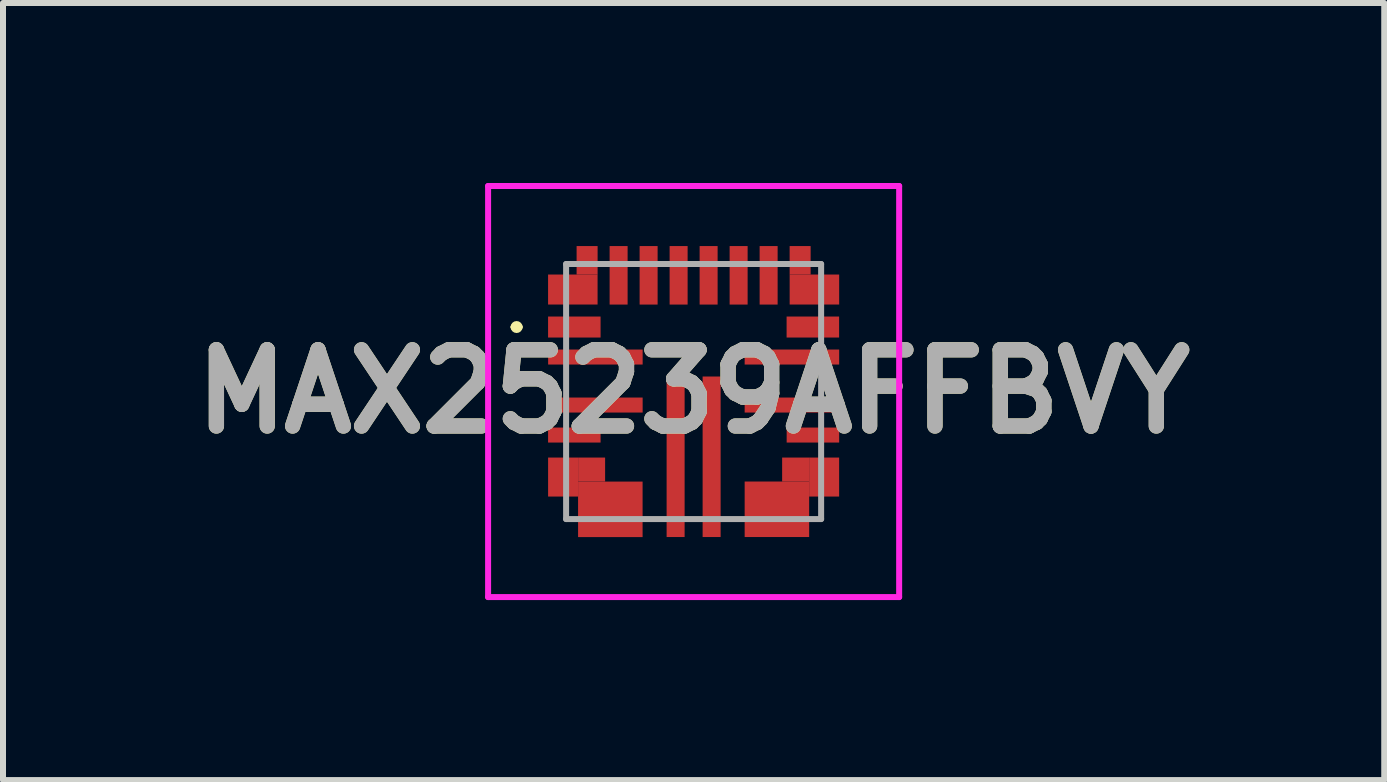
<source format=kicad_pcb>
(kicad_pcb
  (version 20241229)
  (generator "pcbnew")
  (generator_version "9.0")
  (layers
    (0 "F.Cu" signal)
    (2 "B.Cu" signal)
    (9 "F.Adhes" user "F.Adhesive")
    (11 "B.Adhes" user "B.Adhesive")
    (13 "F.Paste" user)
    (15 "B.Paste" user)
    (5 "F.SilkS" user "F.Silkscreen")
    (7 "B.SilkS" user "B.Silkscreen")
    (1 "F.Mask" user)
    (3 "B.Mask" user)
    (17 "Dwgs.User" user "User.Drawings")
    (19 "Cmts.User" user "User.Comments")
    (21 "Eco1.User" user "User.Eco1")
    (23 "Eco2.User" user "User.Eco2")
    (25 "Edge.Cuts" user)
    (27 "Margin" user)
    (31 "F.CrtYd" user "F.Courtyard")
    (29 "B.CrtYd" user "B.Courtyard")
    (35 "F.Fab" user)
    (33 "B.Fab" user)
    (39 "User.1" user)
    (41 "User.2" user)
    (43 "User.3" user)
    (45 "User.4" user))
  (footprint "MAX25239AFFBVY"
    (layer "F.Cu")
    (at 8.509 3.475)
    (property "Reference" "MAX25239AFFBVY" (at 0 0 0) (layer "F.SilkS") (effects (font (size 1.27 1.27) (thickness 0.254))))
    (attr smd)
    (fp_line (start -3 -1.075) (end -3 -1.075) (stroke (width 0.1) (type solid)) (layer "F.SilkS"))
    (fp_line (start -2.9 -1.075) (end -2.9 -1.075) (stroke (width 0.1) (type solid)) (layer "F.SilkS"))
    (fp_arc (start -3 -1.075) (mid -2.95 -1.125) (end -2.9 -1.075) (stroke (width 0.1) (type solid)) (layer "F.SilkS"))
    (fp_arc (start -2.9 -1.075) (mid -2.95 -1.025) (end -3 -1.075) (stroke (width 0.1) (type solid)) (layer "F.SilkS"))
    (fp_line (start -3.425 -3.425) (end 3.425 -3.425) (stroke (width 0.1) (type solid)) (layer "F.CrtYd"))
    (fp_line (start -3.425 3.425) (end -3.425 -3.425) (stroke (width 0.1) (type solid)) (layer "F.CrtYd"))
    (fp_line (start 3.425 -3.425) (end 3.425 3.425) (stroke (width 0.1) (type solid)) (layer "F.CrtYd"))
    (fp_line (start 3.425 3.425) (end -3.425 3.425) (stroke (width 0.1) (type solid)) (layer "F.CrtYd"))
    (fp_line (start -2.125 -2.125) (end -2.125 2.125) (stroke (width 0.1) (type solid)) (layer "F.Fab"))
    (fp_line (start -2.125 2.125) (end 2.125 2.125) (stroke (width 0.1) (type solid)) (layer "F.Fab"))
    (fp_line (start 2.125 -2.125) (end -2.125 -2.125) (stroke (width 0.1) (type solid)) (layer "F.Fab"))
    (fp_line (start 2.125 2.125) (end 2.125 -2.125) (stroke (width 0.1) (type solid)) (layer "F.Fab"))
    (fp_text user "${REFERENCE}" (at 0 0 0) (layer "F.Fab") (effects (font (size 1.27 1.27) (thickness 0.254))))
    (pad "1" smd rect (at -1.988 -1.075 90) (size 0.35 0.875) (layers "F.Cu" "F.Mask" "F.Paste"))
    (pad "2" smd rect (at -1.637 -0.575 90) (size 0.25 1.575) (layers "F.Cu" "F.Mask" "F.Paste"))
    (pad "3" smd rect (at -1.637 0.225 90) (size 0.25 1.575) (layers "F.Cu" "F.Mask" "F.Paste"))
    (pad "4" smd rect (at -1.988 0.725 90) (size 0.25 0.875) (layers "F.Cu" "F.Mask" "F.Paste"))
    (pad "5" smd rect (at -2.175 1.425) (size 0.5 0.65) (layers "F.Cu" "F.Mask" "F.Paste"))
    (pad "6" smd rect (at -1.388 1.963 90) (size 0.925 1.075) (layers "F.Cu" "F.Mask" "F.Paste"))
    (pad "7" smd rect (at -0.3 1.087) (size 0.3 2.675) (layers "F.Cu" "F.Mask" "F.Paste"))
    (pad "8" smd rect (at 0.3 1.087) (size 0.3 2.675) (layers "F.Cu" "F.Mask" "F.Paste"))
    (pad "9" smd rect (at 1.388 1.962 90) (size 0.925 1.075) (layers "F.Cu" "F.Mask" "F.Paste"))
    (pad "10" smd rect (at 2.175 1.425) (size 0.5 0.65) (layers "F.Cu" "F.Mask" "F.Paste"))
    (pad "11" smd rect (at 1.988 0.725 90) (size 0.25 0.875) (layers "F.Cu" "F.Mask" "F.Paste"))
    (pad "12" smd rect (at 1.638 0.225 90) (size 0.25 1.575) (layers "F.Cu" "F.Mask" "F.Paste"))
    (pad "13" smd rect (at 1.638 -0.575 90) (size 0.25 1.575) (layers "F.Cu" "F.Mask" "F.Paste"))
    (pad "14" smd rect (at 1.987 -1.075 90) (size 0.35 0.875) (layers "F.Cu" "F.Mask" "F.Paste"))
    (pad "15" smd rect (at 2.013 -1.7 90) (size 0.5 0.825) (layers "F.Cu" "F.Mask" "F.Paste"))
    (pad "16" smd rect (at 1.25 -1.937) (size 0.3 0.975) (layers "F.Cu" "F.Mask" "F.Paste"))
    (pad "17" smd rect (at 0.75 -1.937) (size 0.3 0.975) (layers "F.Cu" "F.Mask" "F.Paste"))
    (pad "18" smd rect (at 0.25 -1.937) (size 0.3 0.975) (layers "F.Cu" "F.Mask" "F.Paste"))
    (pad "19" smd rect (at -0.25 -1.937) (size 0.3 0.975) (layers "F.Cu" "F.Mask" "F.Paste"))
    (pad "20" smd rect (at -0.75 -1.937) (size 0.3 0.975) (layers "F.Cu" "F.Mask" "F.Paste"))
    (pad "21" smd rect (at -1.25 -1.937) (size 0.3 0.975) (layers "F.Cu" "F.Mask" "F.Paste"))
    (pad "22" smd rect (at -2.013 -1.7 90) (size 0.5 0.825) (layers "F.Cu" "F.Mask" "F.Paste"))
    (pad "23" smd rect (at -1.7 1.3 90) (size 0.4 0.45) (layers "F.Cu" "F.Mask" "F.Paste"))
    (pad "24" smd rect (at 1.7 1.3 90) (size 0.4 0.45) (layers "F.Cu" "F.Mask" "F.Paste"))
    (pad "25" smd rect (at 1.775 -2.187) (size 0.35 0.475) (layers "F.Cu" "F.Mask" "F.Paste"))
    (pad "26" smd rect (at -1.775 -2.187) (size 0.35 0.475) (layers "F.Cu" "F.Mask" "F.Paste")))
  (gr_rect
    (start -3 -3)
    (end 20.018 9.95)
    (stroke (width 0.1) (type default))
    (fill no)
    (layer "Edge.Cuts")))
</source>
